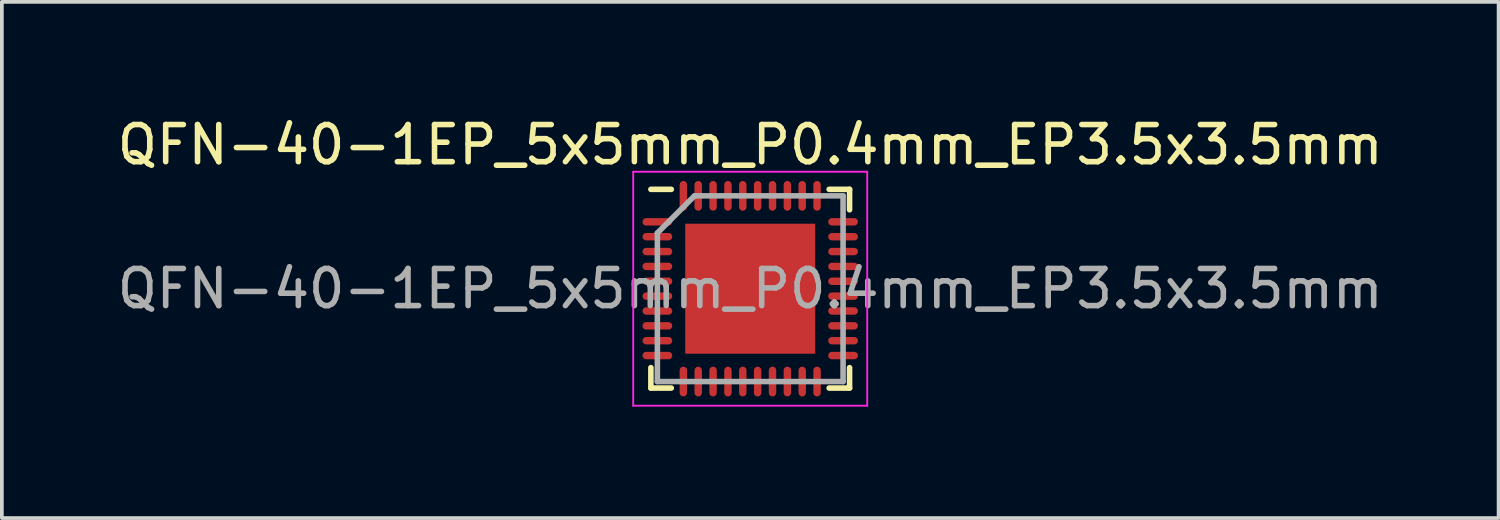
<source format=kicad_pcb>
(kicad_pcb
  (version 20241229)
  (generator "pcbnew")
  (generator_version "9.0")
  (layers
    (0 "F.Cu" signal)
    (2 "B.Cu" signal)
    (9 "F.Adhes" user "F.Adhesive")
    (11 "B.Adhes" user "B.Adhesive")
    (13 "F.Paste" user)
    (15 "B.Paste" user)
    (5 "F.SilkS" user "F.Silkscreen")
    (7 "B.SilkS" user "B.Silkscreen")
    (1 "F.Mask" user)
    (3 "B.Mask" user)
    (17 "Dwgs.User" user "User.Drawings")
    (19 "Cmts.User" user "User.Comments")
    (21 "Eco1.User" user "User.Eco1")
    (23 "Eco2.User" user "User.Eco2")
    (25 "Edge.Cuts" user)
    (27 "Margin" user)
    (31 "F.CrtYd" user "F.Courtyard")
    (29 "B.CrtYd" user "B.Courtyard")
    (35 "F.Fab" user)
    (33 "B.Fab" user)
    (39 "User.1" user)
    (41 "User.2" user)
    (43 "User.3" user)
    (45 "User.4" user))
  (footprint "QFN-40-1EP_5x5mm_P0.4mm_EP3.5x3.5mm"
    (layer "F.Cu")
    (at 17.149 4.723)
    (property "Reference" "QFN-40-1EP_5x5mm_P0.4mm_EP3.5x3.5mm" (at 0 -3.875 0) (layer "F.SilkS") (effects (font (size 1 1) (thickness 0.15))))
    (attr smd)
    (fp_line (start -2.675 -2.675) (end -2.125 -2.675) (stroke (width 0.15) (type solid)) (layer "F.SilkS"))
    (fp_line (start -2.675 2.675) (end -2.675 2.125) (stroke (width 0.15) (type solid)) (layer "F.SilkS"))
    (fp_line (start -2.675 2.675) (end -2.125 2.675) (stroke (width 0.15) (type solid)) (layer "F.SilkS"))
    (fp_line (start 2.675 -2.675) (end 2.125 -2.675) (stroke (width 0.15) (type solid)) (layer "F.SilkS"))
    (fp_line (start 2.675 -2.675) (end 2.675 -2.125) (stroke (width 0.15) (type solid)) (layer "F.SilkS"))
    (fp_line (start 2.675 2.675) (end 2.125 2.675) (stroke (width 0.15) (type solid)) (layer "F.SilkS"))
    (fp_line (start 2.675 2.675) (end 2.675 2.125) (stroke (width 0.15) (type solid)) (layer "F.SilkS"))
    (fp_line (start -3.15 -3.15) (end -3.15 3.15) (stroke (width 0.05) (type solid)) (layer "F.CrtYd"))
    (fp_line (start -3.15 -3.15) (end 3.15 -3.15) (stroke (width 0.05) (type solid)) (layer "F.CrtYd"))
    (fp_line (start -3.15 3.15) (end 3.15 3.15) (stroke (width 0.05) (type solid)) (layer "F.CrtYd"))
    (fp_line (start 3.15 -3.15) (end 3.15 3.15) (stroke (width 0.05) (type solid)) (layer "F.CrtYd"))
    (fp_line (start -2.5 -1.5) (end -1.5 -2.5) (stroke (width 0.15) (type solid)) (layer "F.Fab"))
    (fp_line (start -2.5 2.5) (end -2.5 -1.5) (stroke (width 0.15) (type solid)) (layer "F.Fab"))
    (fp_line (start -1.5 -2.5) (end 2.5 -2.5) (stroke (width 0.15) (type solid)) (layer "F.Fab"))
    (fp_line (start 2.5 -2.5) (end 2.5 2.5) (stroke (width 0.15) (type solid)) (layer "F.Fab"))
    (fp_line (start 2.5 2.5) (end -2.5 2.5) (stroke (width 0.15) (type solid)) (layer "F.Fab"))
    (fp_text user "${REFERENCE}" (at 0 0 0) (layer "F.Fab") (effects (font (size 1 1) (thickness 0.15))))
    (pad "" smd rect (at -1.2 -1.2) (size 0.97 0.97) (layers "F.Paste"))
    (pad "" smd rect (at -1.2 0) (size 0.97 0.97) (layers "F.Paste"))
    (pad "" smd rect (at -1.2 1.2) (size 0.97 0.97) (layers "F.Paste"))
    (pad "" smd rect (at 0 -1.2) (size 0.97 0.97) (layers "F.Paste"))
    (pad "" smd rect (at 0 0) (size 0.97 0.97) (layers "F.Paste"))
    (pad "" smd rect (at 0 1.2) (size 0.97 0.97) (layers "F.Paste"))
    (pad "" smd rect (at 1.2 -1.2) (size 0.97 0.97) (layers "F.Paste"))
    (pad "" smd rect (at 1.2 0) (size 0.97 0.97) (layers "F.Paste"))
    (pad "" smd rect (at 1.2 1.2) (size 0.97 0.97) (layers "F.Paste"))
    (pad "1" smd oval (at -2.5 -1.8) (size 0.8 0.2) (layers "F.Cu" "F.Mask" "F.Paste"))
    (pad "2" smd oval (at -2.5 -1.4) (size 0.8 0.2) (layers "F.Cu" "F.Mask" "F.Paste"))
    (pad "3" smd oval (at -2.5 -1) (size 0.8 0.2) (layers "F.Cu" "F.Mask" "F.Paste"))
    (pad "4" smd oval (at -2.5 -0.6) (size 0.8 0.2) (layers "F.Cu" "F.Mask" "F.Paste"))
    (pad "5" smd oval (at -2.5 -0.2) (size 0.8 0.2) (layers "F.Cu" "F.Mask" "F.Paste"))
    (pad "6" smd oval (at -2.5 0.2) (size 0.8 0.2) (layers "F.Cu" "F.Mask" "F.Paste"))
    (pad "7" smd oval (at -2.5 0.6) (size 0.8 0.2) (layers "F.Cu" "F.Mask" "F.Paste"))
    (pad "8" smd oval (at -2.5 1) (size 0.8 0.2) (layers "F.Cu" "F.Mask" "F.Paste"))
    (pad "9" smd oval (at -2.5 1.4) (size 0.8 0.2) (layers "F.Cu" "F.Mask" "F.Paste"))
    (pad "10" smd oval (at -2.5 1.8) (size 0.8 0.2) (layers "F.Cu" "F.Mask" "F.Paste"))
    (pad "11" smd oval (at -1.8 2.5 90) (size 0.8 0.2) (layers "F.Cu" "F.Mask" "F.Paste"))
    (pad "12" smd oval (at -1.4 2.5 90) (size 0.8 0.2) (layers "F.Cu" "F.Mask" "F.Paste"))
    (pad "13" smd oval (at -1 2.5 90) (size 0.8 0.2) (layers "F.Cu" "F.Mask" "F.Paste"))
    (pad "14" smd oval (at -0.6 2.5 90) (size 0.8 0.2) (layers "F.Cu" "F.Mask" "F.Paste"))
    (pad "15" smd oval (at -0.2 2.5 90) (size 0.8 0.2) (layers "F.Cu" "F.Mask" "F.Paste"))
    (pad "16" smd oval (at 0.2 2.5 90) (size 0.8 0.2) (layers "F.Cu" "F.Mask" "F.Paste"))
    (pad "17" smd oval (at 0.6 2.5 90) (size 0.8 0.2) (layers "F.Cu" "F.Mask" "F.Paste"))
    (pad "18" smd oval (at 1 2.5 90) (size 0.8 0.2) (layers "F.Cu" "F.Mask" "F.Paste"))
    (pad "19" smd oval (at 1.4 2.5 90) (size 0.8 0.2) (layers "F.Cu" "F.Mask" "F.Paste"))
    (pad "20" smd oval (at 1.8 2.5 90) (size 0.8 0.2) (layers "F.Cu" "F.Mask" "F.Paste"))
    (pad "21" smd oval (at 2.5 1.8) (size 0.8 0.2) (layers "F.Cu" "F.Mask" "F.Paste"))
    (pad "22" smd oval (at 2.5 1.4) (size 0.8 0.2) (layers "F.Cu" "F.Mask" "F.Paste"))
    (pad "23" smd oval (at 2.5 1) (size 0.8 0.2) (layers "F.Cu" "F.Mask" "F.Paste"))
    (pad "24" smd oval (at 2.5 0.6) (size 0.8 0.2) (layers "F.Cu" "F.Mask" "F.Paste"))
    (pad "25" smd oval (at 2.5 0.2) (size 0.8 0.2) (layers "F.Cu" "F.Mask" "F.Paste"))
    (pad "26" smd oval (at 2.5 -0.2) (size 0.8 0.2) (layers "F.Cu" "F.Mask" "F.Paste"))
    (pad "27" smd oval (at 2.5 -0.6) (size 0.8 0.2) (layers "F.Cu" "F.Mask" "F.Paste"))
    (pad "28" smd oval (at 2.5 -1) (size 0.8 0.2) (layers "F.Cu" "F.Mask" "F.Paste"))
    (pad "29" smd oval (at 2.5 -1.4) (size 0.8 0.2) (layers "F.Cu" "F.Mask" "F.Paste"))
    (pad "30" smd oval (at 2.5 -1.8) (size 0.8 0.2) (layers "F.Cu" "F.Mask" "F.Paste"))
    (pad "31" smd oval (at 1.8 -2.5 90) (size 0.8 0.2) (layers "F.Cu" "F.Mask" "F.Paste"))
    (pad "32" smd oval (at 1.4 -2.5 90) (size 0.8 0.2) (layers "F.Cu" "F.Mask" "F.Paste"))
    (pad "33" smd oval (at 1 -2.5 90) (size 0.8 0.2) (layers "F.Cu" "F.Mask" "F.Paste"))
    (pad "34" smd oval (at 0.6 -2.5 90) (size 0.8 0.2) (layers "F.Cu" "F.Mask" "F.Paste"))
    (pad "35" smd oval (at 0.2 -2.5 90) (size 0.8 0.2) (layers "F.Cu" "F.Mask" "F.Paste"))
    (pad "36" smd oval (at -0.2 -2.5 90) (size 0.8 0.2) (layers "F.Cu" "F.Mask" "F.Paste"))
    (pad "37" smd oval (at -0.6 -2.5 90) (size 0.8 0.2) (layers "F.Cu" "F.Mask" "F.Paste"))
    (pad "38" smd oval (at -1 -2.5 90) (size 0.8 0.2) (layers "F.Cu" "F.Mask" "F.Paste"))
    (pad "39" smd oval (at -1.4 -2.5 90) (size 0.8 0.2) (layers "F.Cu" "F.Mask" "F.Paste"))
    (pad "40" smd oval (at -1.8 -2.5 90) (size 0.8 0.2) (layers "F.Cu" "F.Mask" "F.Paste"))
    (pad "41" smd rect (at 0 0) (size 3.5 3.5) (layers "F.Cu" "F.Mask")))
  (gr_rect
    (start -3 -3)
    (end 37.298 10.898)
    (stroke (width 0.1) (type default))
    (fill no)
    (layer "Edge.Cuts")))
</source>
